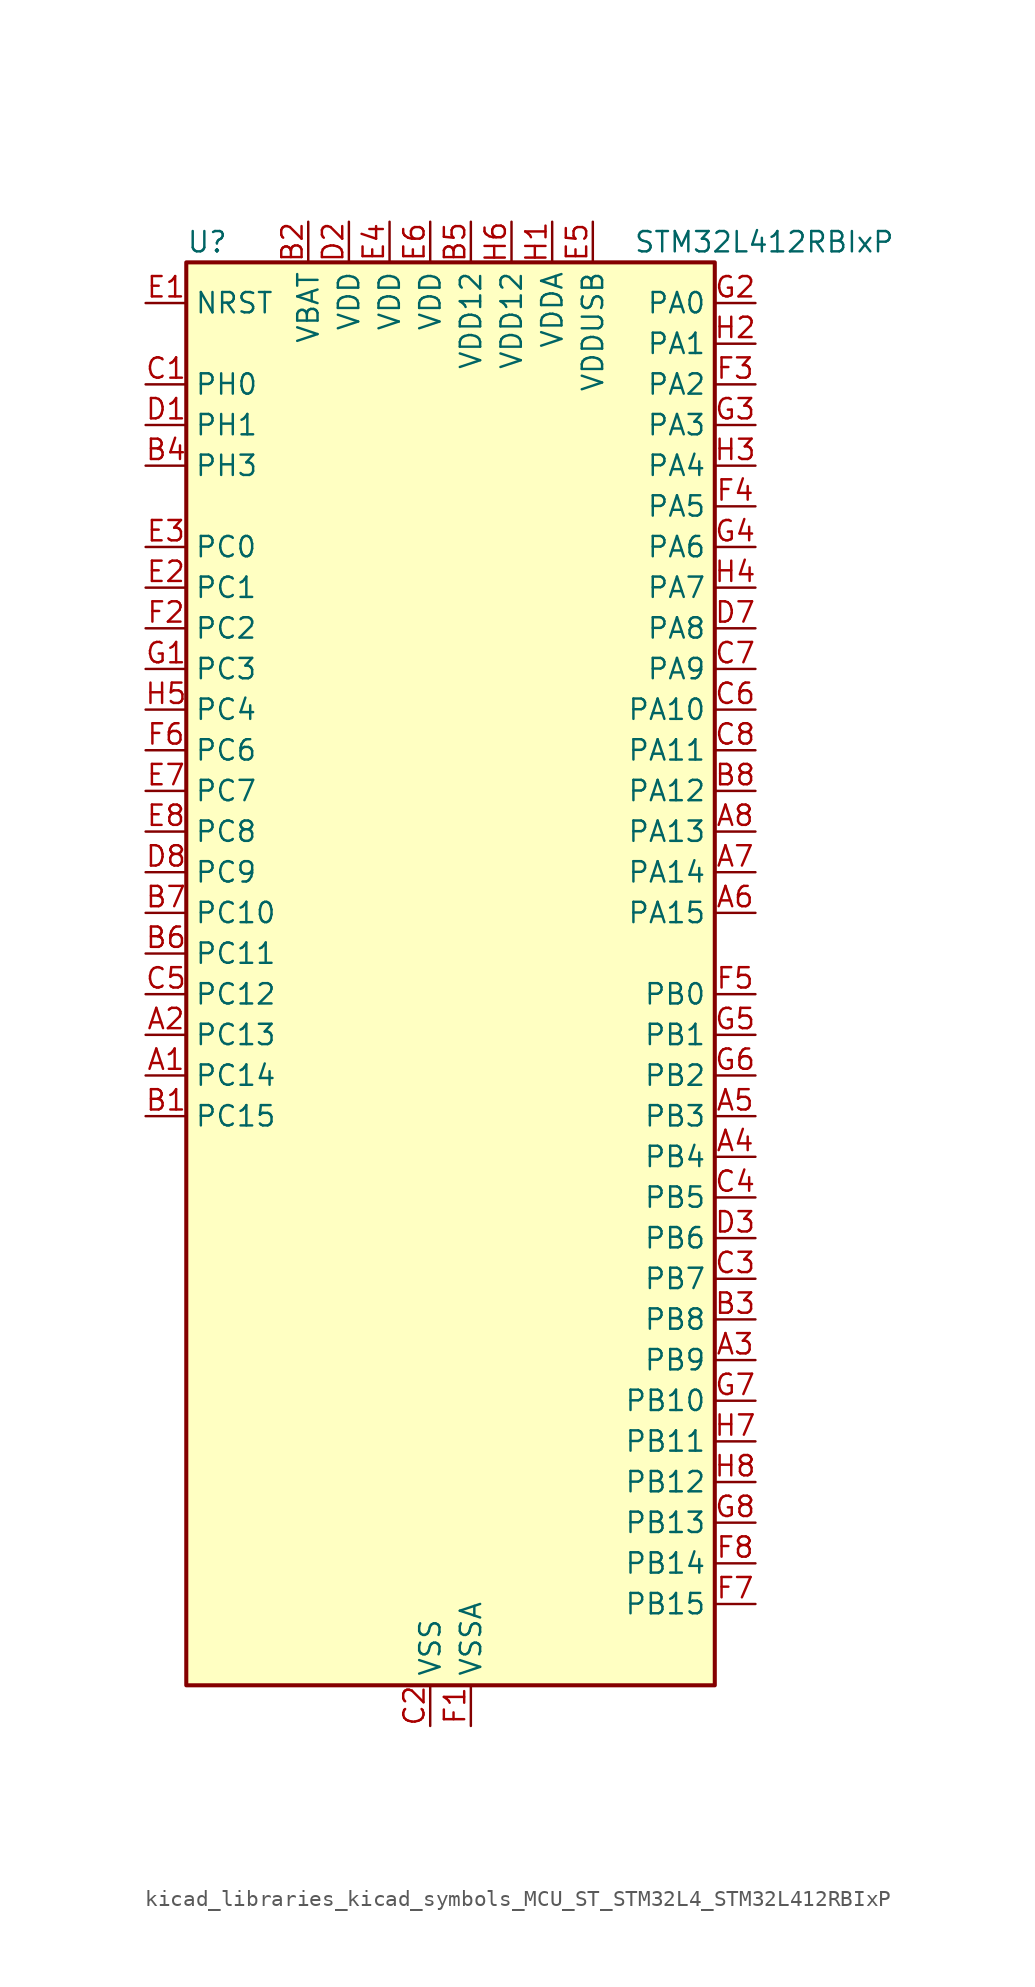
<source format=kicad_sym>
(kicad_symbol_lib
  (version 20220914)
  (generator kicad_symbol_editor)
  (symbol "kicad_libraries_kicad_symbols_MCU_ST_STM32L4_STM32L412RBIxP"
    (property "Reference" "U"
      (at -15.24 46.99 0)
      (effects (font (size 1.27 1.27)) (justify left)))
    (property "Value" "STM32L412RBIxP"
      (at 12.7 46.99 0)
      (effects (font (size 1.27 1.27)) (justify left)))
    (property "ki_locked" ""
      (at 0 0 0)
      (effects (font (size 1.27 1.27))))
    (symbol "kicad_libraries_kicad_symbols_MCU_ST_STM32L4_STM32L412RBIxP_0_1"
      (rectangle (start -15.24 -43.18) (end 17.78 45.72) (stroke (width 0.254) (type default)) (fill (type background))))
    (symbol "kicad_libraries_kicad_symbols_MCU_ST_STM32L4_STM32L412RBIxP_1_1"
      (pin bidirectional line (at -17.78 -5.08 0) (length 2.54) (name "PC14" (effects (font (size 1.27 1.27)))) (number "A1" (effects (font (size 1.27 1.27)))) (alternate "RCC_OSC32_IN" bidirectional line))
      (pin bidirectional line (at -17.78 -2.54 0) (length 2.54) (name "PC13" (effects (font (size 1.27 1.27)))) (number "A2" (effects (font (size 1.27 1.27)))) (alternate "RTC_OUT_ALARM" bidirectional line) (alternate "RTC_OUT_CALIB" bidirectional line) (alternate "RTC_TAMP1" bidirectional line) (alternate "RTC_TS" bidirectional line) (alternate "SYS_WKUP2" bidirectional line))
      (pin bidirectional line (at 20.32 -22.86 180) (length 2.54) (name "PB9" (effects (font (size 1.27 1.27)))) (number "A3" (effects (font (size 1.27 1.27)))) (alternate "I2C1_SDA" bidirectional line) (alternate "IR_OUT" bidirectional line) (alternate "SPI2_NSS" bidirectional line))
      (pin bidirectional line (at 20.32 -10.16 180) (length 2.54) (name "PB4" (effects (font (size 1.27 1.27)))) (number "A4" (effects (font (size 1.27 1.27)))) (alternate "I2C3_SDA" bidirectional line) (alternate "SPI1_MISO" bidirectional line) (alternate "SYS_JTRST" bidirectional line) (alternate "TSC_G2_IO1" bidirectional line) (alternate "USART1_CTS" bidirectional line))
      (pin bidirectional line (at 20.32 -7.62 180) (length 2.54) (name "PB3" (effects (font (size 1.27 1.27)))) (number "A5" (effects (font (size 1.27 1.27)))) (alternate "SPI1_SCK" bidirectional line) (alternate "SYS_JTDO-SWO" bidirectional line) (alternate "TIM2_CH2" bidirectional line) (alternate "USART1_DE" bidirectional line) (alternate "USART1_RTS" bidirectional line))
      (pin bidirectional line (at 20.32 5.08 180) (length 2.54) (name "PA15" (effects (font (size 1.27 1.27)))) (number "A6" (effects (font (size 1.27 1.27)))) (alternate "ADC1_EXTI15" bidirectional line) (alternate "ADC2_EXTI15" bidirectional line) (alternate "SPI1_NSS" bidirectional line) (alternate "SYS_JTDI" bidirectional line) (alternate "TIM2_CH1" bidirectional line) (alternate "TIM2_ETR" bidirectional line) (alternate "TSC_G3_IO1" bidirectional line) (alternate "USART2_RX" bidirectional line) (alternate "USART3_DE" bidirectional line) (alternate "USART3_RTS" bidirectional line))
      (pin bidirectional line (at 20.32 7.62 180) (length 2.54) (name "PA14" (effects (font (size 1.27 1.27)))) (number "A7" (effects (font (size 1.27 1.27)))) (alternate "I2C1_SMBA" bidirectional line) (alternate "LPTIM1_OUT" bidirectional line) (alternate "SYS_JTCK-SWCLK" bidirectional line))
      (pin bidirectional line (at 20.32 10.16 180) (length 2.54) (name "PA13" (effects (font (size 1.27 1.27)))) (number "A8" (effects (font (size 1.27 1.27)))) (alternate "IR_OUT" bidirectional line) (alternate "SYS_JTMS-SWDIO" bidirectional line) (alternate "USB_NOE" bidirectional line))
      (pin bidirectional line (at -17.78 -7.62 0) (length 2.54) (name "PC15" (effects (font (size 1.27 1.27)))) (number "B1" (effects (font (size 1.27 1.27)))) (alternate "ADC1_EXTI15" bidirectional line) (alternate "ADC2_EXTI15" bidirectional line) (alternate "RCC_OSC32_OUT" bidirectional line))
      (pin power_in line (at -7.62 48.26 270) (length 2.54) (name "VBAT" (effects (font (size 1.27 1.27)))) (number "B2" (effects (font (size 1.27 1.27)))))
      (pin bidirectional line (at 20.32 -20.32 180) (length 2.54) (name "PB8" (effects (font (size 1.27 1.27)))) (number "B3" (effects (font (size 1.27 1.27)))) (alternate "I2C1_SCL" bidirectional line) (alternate "TIM16_CH1" bidirectional line))
      (pin bidirectional line (at -17.78 33.02 0) (length 2.54) (name "PH3" (effects (font (size 1.27 1.27)))) (number "B4" (effects (font (size 1.27 1.27)))))
      (pin power_in line (at 2.54 48.26 270) (length 2.54) (name "VDD12" (effects (font (size 1.27 1.27)))) (number "B5" (effects (font (size 1.27 1.27)))))
      (pin bidirectional line (at -17.78 2.54 0) (length 2.54) (name "PC11" (effects (font (size 1.27 1.27)))) (number "B6" (effects (font (size 1.27 1.27)))) (alternate "ADC1_EXTI11" bidirectional line) (alternate "ADC2_EXTI11" bidirectional line) (alternate "TSC_G3_IO3" bidirectional line) (alternate "USART3_RX" bidirectional line))
      (pin bidirectional line (at -17.78 5.08 0) (length 2.54) (name "PC10" (effects (font (size 1.27 1.27)))) (number "B7" (effects (font (size 1.27 1.27)))) (alternate "SYS_TRACED1" bidirectional line) (alternate "TSC_G3_IO2" bidirectional line) (alternate "USART3_TX" bidirectional line))
      (pin bidirectional line (at 20.32 12.7 180) (length 2.54) (name "PA12" (effects (font (size 1.27 1.27)))) (number "B8" (effects (font (size 1.27 1.27)))) (alternate "SPI1_MOSI" bidirectional line) (alternate "TIM1_ETR" bidirectional line) (alternate "USART1_DE" bidirectional line) (alternate "USART1_RTS" bidirectional line) (alternate "USB_DP" bidirectional line))
      (pin bidirectional line (at -17.78 38.1 0) (length 2.54) (name "PH0" (effects (font (size 1.27 1.27)))) (number "C1" (effects (font (size 1.27 1.27)))) (alternate "RCC_OSC_IN" bidirectional line))
      (pin power_in line (at 0 -45.72 90) (length 2.54) (name "VSS" (effects (font (size 1.27 1.27)))) (number "C2" (effects (font (size 1.27 1.27)))))
      (pin bidirectional line (at 20.32 -17.78 180) (length 2.54) (name "PB7" (effects (font (size 1.27 1.27)))) (number "C3" (effects (font (size 1.27 1.27)))) (alternate "I2C1_SDA" bidirectional line) (alternate "LPTIM1_IN2" bidirectional line) (alternate "SYS_PVD_IN" bidirectional line) (alternate "SYS_TRACECLK" bidirectional line) (alternate "TSC_G2_IO4" bidirectional line) (alternate "USART1_RX" bidirectional line))
      (pin bidirectional line (at 20.32 -12.7 180) (length 2.54) (name "PB5" (effects (font (size 1.27 1.27)))) (number "C4" (effects (font (size 1.27 1.27)))) (alternate "I2C1_SMBA" bidirectional line) (alternate "LPTIM1_IN1" bidirectional line) (alternate "SPI1_MOSI" bidirectional line) (alternate "SYS_TRACED2" bidirectional line) (alternate "TIM16_BKIN" bidirectional line) (alternate "TSC_G2_IO2" bidirectional line) (alternate "USART1_CK" bidirectional line))
      (pin bidirectional line (at -17.78 0 0) (length 2.54) (name "PC12" (effects (font (size 1.27 1.27)))) (number "C5" (effects (font (size 1.27 1.27)))) (alternate "SYS_TRACED3" bidirectional line) (alternate "TSC_G3_IO4" bidirectional line) (alternate "USART3_CK" bidirectional line))
      (pin bidirectional line (at 20.32 17.78 180) (length 2.54) (name "PA10" (effects (font (size 1.27 1.27)))) (number "C6" (effects (font (size 1.27 1.27)))) (alternate "CRS_SYNC" bidirectional line) (alternate "I2C1_SDA" bidirectional line) (alternate "TIM1_CH3" bidirectional line) (alternate "USART1_RX" bidirectional line))
      (pin bidirectional line (at 20.32 20.32 180) (length 2.54) (name "PA9" (effects (font (size 1.27 1.27)))) (number "C7" (effects (font (size 1.27 1.27)))) (alternate "I2C1_SCL" bidirectional line) (alternate "TIM15_BKIN" bidirectional line) (alternate "TIM1_CH2" bidirectional line) (alternate "USART1_TX" bidirectional line))
      (pin bidirectional line (at 20.32 15.24 180) (length 2.54) (name "PA11" (effects (font (size 1.27 1.27)))) (number "C8" (effects (font (size 1.27 1.27)))) (alternate "ADC1_EXTI11" bidirectional line) (alternate "ADC2_EXTI11" bidirectional line) (alternate "COMP1_OUT" bidirectional line) (alternate "SPI1_MISO" bidirectional line) (alternate "TIM1_BKIN2" bidirectional line) (alternate "TIM1_BKIN2_COMP1" bidirectional line) (alternate "TIM1_CH4" bidirectional line) (alternate "USART1_CTS" bidirectional line) (alternate "USB_DM" bidirectional line))
      (pin bidirectional line (at -17.78 35.56 0) (length 2.54) (name "PH1" (effects (font (size 1.27 1.27)))) (number "D1" (effects (font (size 1.27 1.27)))) (alternate "RCC_OSC_OUT" bidirectional line))
      (pin power_in line (at -5.08 48.26 270) (length 2.54) (name "VDD" (effects (font (size 1.27 1.27)))) (number "D2" (effects (font (size 1.27 1.27)))))
      (pin bidirectional line (at 20.32 -15.24 180) (length 2.54) (name "PB6" (effects (font (size 1.27 1.27)))) (number "D3" (effects (font (size 1.27 1.27)))) (alternate "I2C1_SCL" bidirectional line) (alternate "LPTIM1_ETR" bidirectional line) (alternate "SYS_TRACED3" bidirectional line) (alternate "TIM16_CH1N" bidirectional line) (alternate "TSC_G2_IO3" bidirectional line) (alternate "USART1_TX" bidirectional line))
      (pin passive line (at 0 -45.72 90) (length 2.54) hide (name "VSS" (effects (font (size 1.27 1.27)))) (number "D4" (effects (font (size 1.27 1.27)))))
      (pin passive line (at 0 -45.72 90) (length 2.54) hide (name "VSS" (effects (font (size 1.27 1.27)))) (number "D5" (effects (font (size 1.27 1.27)))))
      (pin passive line (at 0 -45.72 90) (length 2.54) hide (name "VSS" (effects (font (size 1.27 1.27)))) (number "D6" (effects (font (size 1.27 1.27)))))
      (pin bidirectional line (at 20.32 22.86 180) (length 2.54) (name "PA8" (effects (font (size 1.27 1.27)))) (number "D7" (effects (font (size 1.27 1.27)))) (alternate "LPTIM2_OUT" bidirectional line) (alternate "RCC_MCO" bidirectional line) (alternate "TIM1_CH1" bidirectional line) (alternate "USART1_CK" bidirectional line))
      (pin bidirectional line (at -17.78 7.62 0) (length 2.54) (name "PC9" (effects (font (size 1.27 1.27)))) (number "D8" (effects (font (size 1.27 1.27)))) (alternate "TSC_G4_IO4" bidirectional line) (alternate "USB_NOE" bidirectional line))
      (pin input line (at -17.78 43.18 0) (length 2.54) (name "NRST" (effects (font (size 1.27 1.27)))) (number "E1" (effects (font (size 1.27 1.27)))))
      (pin bidirectional line (at -17.78 25.4 0) (length 2.54) (name "PC1" (effects (font (size 1.27 1.27)))) (number "E2" (effects (font (size 1.27 1.27)))) (alternate "ADC1_IN2" bidirectional line) (alternate "ADC2_IN2" bidirectional line) (alternate "I2C3_SDA" bidirectional line) (alternate "LPTIM1_OUT" bidirectional line) (alternate "LPUART1_TX" bidirectional line) (alternate "SYS_TRACED0" bidirectional line))
      (pin bidirectional line (at -17.78 27.94 0) (length 2.54) (name "PC0" (effects (font (size 1.27 1.27)))) (number "E3" (effects (font (size 1.27 1.27)))) (alternate "ADC1_IN1" bidirectional line) (alternate "ADC2_IN1" bidirectional line) (alternate "I2C3_SCL" bidirectional line) (alternate "LPTIM1_IN1" bidirectional line) (alternate "LPTIM2_IN1" bidirectional line) (alternate "LPUART1_RX" bidirectional line) (alternate "SYS_TRACECLK" bidirectional line))
      (pin power_in line (at -2.54 48.26 270) (length 2.54) (name "VDD" (effects (font (size 1.27 1.27)))) (number "E4" (effects (font (size 1.27 1.27)))))
      (pin power_in line (at 10.16 48.26 270) (length 2.54) (name "VDDUSB" (effects (font (size 1.27 1.27)))) (number "E5" (effects (font (size 1.27 1.27)))))
      (pin power_in line (at 0 48.26 270) (length 2.54) (name "VDD" (effects (font (size 1.27 1.27)))) (number "E6" (effects (font (size 1.27 1.27)))))
      (pin bidirectional line (at -17.78 12.7 0) (length 2.54) (name "PC7" (effects (font (size 1.27 1.27)))) (number "E7" (effects (font (size 1.27 1.27)))) (alternate "TSC_G4_IO2" bidirectional line))
      (pin bidirectional line (at -17.78 10.16 0) (length 2.54) (name "PC8" (effects (font (size 1.27 1.27)))) (number "E8" (effects (font (size 1.27 1.27)))) (alternate "TSC_G4_IO3" bidirectional line))
      (pin power_in line (at 2.54 -45.72 90) (length 2.54) (name "VSSA" (effects (font (size 1.27 1.27)))) (number "F1" (effects (font (size 1.27 1.27)))))
      (pin bidirectional line (at -17.78 22.86 0) (length 2.54) (name "PC2" (effects (font (size 1.27 1.27)))) (number "F2" (effects (font (size 1.27 1.27)))) (alternate "ADC1_IN3" bidirectional line) (alternate "ADC2_IN3" bidirectional line) (alternate "LPTIM1_IN2" bidirectional line) (alternate "SPI2_MISO" bidirectional line))
      (pin bidirectional line (at 20.32 38.1 180) (length 2.54) (name "PA2" (effects (font (size 1.27 1.27)))) (number "F3" (effects (font (size 1.27 1.27)))) (alternate "ADC1_IN7" bidirectional line) (alternate "ADC2_IN7" bidirectional line) (alternate "LPUART1_TX" bidirectional line) (alternate "QUADSPI_BK1_NCS" bidirectional line) (alternate "RCC_LSCO" bidirectional line) (alternate "SYS_WKUP4" bidirectional line) (alternate "TIM15_CH1" bidirectional line) (alternate "TIM2_CH3" bidirectional line) (alternate "USART2_TX" bidirectional line))
      (pin bidirectional line (at 20.32 30.48 180) (length 2.54) (name "PA5" (effects (font (size 1.27 1.27)))) (number "F4" (effects (font (size 1.27 1.27)))) (alternate "ADC1_IN10" bidirectional line) (alternate "ADC2_IN10" bidirectional line) (alternate "COMP1_INM" bidirectional line) (alternate "LPTIM2_ETR" bidirectional line) (alternate "SPI1_SCK" bidirectional line) (alternate "TIM2_CH1" bidirectional line) (alternate "TIM2_ETR" bidirectional line))
      (pin bidirectional line (at 20.32 0 180) (length 2.54) (name "PB0" (effects (font (size 1.27 1.27)))) (number "F5" (effects (font (size 1.27 1.27)))) (alternate "ADC1_IN15" bidirectional line) (alternate "ADC2_IN15" bidirectional line) (alternate "COMP1_OUT" bidirectional line) (alternate "QUADSPI_BK1_IO1" bidirectional line) (alternate "SPI1_NSS" bidirectional line) (alternate "SYS_TRACED0" bidirectional line) (alternate "TIM1_CH2N" bidirectional line) (alternate "USART3_CK" bidirectional line))
      (pin bidirectional line (at -17.78 15.24 0) (length 2.54) (name "PC6" (effects (font (size 1.27 1.27)))) (number "F6" (effects (font (size 1.27 1.27)))) (alternate "TSC_G4_IO1" bidirectional line))
      (pin bidirectional line (at 20.32 -38.1 180) (length 2.54) (name "PB15" (effects (font (size 1.27 1.27)))) (number "F7" (effects (font (size 1.27 1.27)))) (alternate "ADC1_EXTI15" bidirectional line) (alternate "ADC2_EXTI15" bidirectional line) (alternate "RTC_REFIN" bidirectional line) (alternate "SPI2_MOSI" bidirectional line) (alternate "TIM15_CH2" bidirectional line) (alternate "TIM1_CH3N" bidirectional line) (alternate "TSC_G1_IO4" bidirectional line))
      (pin bidirectional line (at 20.32 -35.56 180) (length 2.54) (name "PB14" (effects (font (size 1.27 1.27)))) (number "F8" (effects (font (size 1.27 1.27)))) (alternate "I2C2_SDA" bidirectional line) (alternate "SPI2_MISO" bidirectional line) (alternate "TIM15_CH1" bidirectional line) (alternate "TIM1_CH2N" bidirectional line) (alternate "TSC_G1_IO3" bidirectional line) (alternate "USART3_DE" bidirectional line) (alternate "USART3_RTS" bidirectional line))
      (pin bidirectional line (at -17.78 20.32 0) (length 2.54) (name "PC3" (effects (font (size 1.27 1.27)))) (number "G1" (effects (font (size 1.27 1.27)))) (alternate "ADC1_IN4" bidirectional line) (alternate "ADC2_IN4" bidirectional line) (alternate "LPTIM1_ETR" bidirectional line) (alternate "LPTIM2_ETR" bidirectional line) (alternate "SPI2_MOSI" bidirectional line))
      (pin bidirectional line (at 20.32 43.18 180) (length 2.54) (name "PA0" (effects (font (size 1.27 1.27)))) (number "G2" (effects (font (size 1.27 1.27)))) (alternate "ADC1_IN5" bidirectional line) (alternate "COMP1_INM" bidirectional line) (alternate "COMP1_OUT" bidirectional line) (alternate "OPAMP1_VINP" bidirectional line) (alternate "RTC_TAMP2" bidirectional line) (alternate "SYS_WKUP1" bidirectional line) (alternate "TIM2_CH1" bidirectional line) (alternate "TIM2_ETR" bidirectional line) (alternate "USART2_CTS" bidirectional line))
      (pin bidirectional line (at 20.32 35.56 180) (length 2.54) (name "PA3" (effects (font (size 1.27 1.27)))) (number "G3" (effects (font (size 1.27 1.27)))) (alternate "ADC1_IN8" bidirectional line) (alternate "ADC2_IN8" bidirectional line) (alternate "LPUART1_RX" bidirectional line) (alternate "OPAMP1_VOUT" bidirectional line) (alternate "QUADSPI_CLK" bidirectional line) (alternate "TIM15_CH2" bidirectional line) (alternate "TIM2_CH4" bidirectional line) (alternate "USART2_RX" bidirectional line))
      (pin bidirectional line (at 20.32 27.94 180) (length 2.54) (name "PA6" (effects (font (size 1.27 1.27)))) (number "G4" (effects (font (size 1.27 1.27)))) (alternate "ADC1_IN11" bidirectional line) (alternate "ADC2_IN11" bidirectional line) (alternate "COMP1_OUT" bidirectional line) (alternate "LPUART1_CTS" bidirectional line) (alternate "QUADSPI_BK1_IO3" bidirectional line) (alternate "SPI1_MISO" bidirectional line) (alternate "TIM16_CH1" bidirectional line) (alternate "TIM1_BKIN" bidirectional line) (alternate "USART3_CTS" bidirectional line))
      (pin bidirectional line (at 20.32 -2.54 180) (length 2.54) (name "PB1" (effects (font (size 1.27 1.27)))) (number "G5" (effects (font (size 1.27 1.27)))) (alternate "ADC1_IN16" bidirectional line) (alternate "ADC2_IN16" bidirectional line) (alternate "COMP1_INM" bidirectional line) (alternate "LPTIM2_IN1" bidirectional line) (alternate "LPUART1_DE" bidirectional line) (alternate "LPUART1_RTS" bidirectional line) (alternate "QUADSPI_BK1_IO0" bidirectional line) (alternate "SYS_TRACED1" bidirectional line) (alternate "TIM1_CH3N" bidirectional line) (alternate "USART3_DE" bidirectional line) (alternate "USART3_RTS" bidirectional line))
      (pin bidirectional line (at 20.32 -5.08 180) (length 2.54) (name "PB2" (effects (font (size 1.27 1.27)))) (number "G6" (effects (font (size 1.27 1.27)))) (alternate "COMP1_INP" bidirectional line) (alternate "I2C3_SMBA" bidirectional line) (alternate "LPTIM1_OUT" bidirectional line) (alternate "RTC_OUT_ALARM" bidirectional line) (alternate "RTC_OUT_CALIB" bidirectional line))
      (pin bidirectional line (at 20.32 -25.4 180) (length 2.54) (name "PB10" (effects (font (size 1.27 1.27)))) (number "G7" (effects (font (size 1.27 1.27)))) (alternate "COMP1_OUT" bidirectional line) (alternate "I2C2_SCL" bidirectional line) (alternate "LPUART1_RX" bidirectional line) (alternate "QUADSPI_CLK" bidirectional line) (alternate "SPI2_SCK" bidirectional line) (alternate "TIM2_CH3" bidirectional line) (alternate "TSC_SYNC" bidirectional line) (alternate "USART3_TX" bidirectional line))
      (pin bidirectional line (at 20.32 -33.02 180) (length 2.54) (name "PB13" (effects (font (size 1.27 1.27)))) (number "G8" (effects (font (size 1.27 1.27)))) (alternate "I2C2_SCL" bidirectional line) (alternate "LPUART1_CTS" bidirectional line) (alternate "SPI2_SCK" bidirectional line) (alternate "TIM15_CH1N" bidirectional line) (alternate "TIM1_CH1N" bidirectional line) (alternate "TSC_G1_IO2" bidirectional line) (alternate "USART3_CTS" bidirectional line))
      (pin power_in line (at 7.62 48.26 270) (length 2.54) (name "VDDA" (effects (font (size 1.27 1.27)))) (number "H1" (effects (font (size 1.27 1.27)))))
      (pin bidirectional line (at 20.32 40.64 180) (length 2.54) (name "PA1" (effects (font (size 1.27 1.27)))) (number "H2" (effects (font (size 1.27 1.27)))) (alternate "ADC1_IN6" bidirectional line) (alternate "COMP1_INP" bidirectional line) (alternate "I2C1_SMBA" bidirectional line) (alternate "OPAMP1_VINM" bidirectional line) (alternate "SPI1_SCK" bidirectional line) (alternate "TIM15_CH1N" bidirectional line) (alternate "TIM2_CH2" bidirectional line) (alternate "USART2_DE" bidirectional line) (alternate "USART2_RTS" bidirectional line))
      (pin bidirectional line (at 20.32 33.02 180) (length 2.54) (name "PA4" (effects (font (size 1.27 1.27)))) (number "H3" (effects (font (size 1.27 1.27)))) (alternate "ADC1_IN9" bidirectional line) (alternate "ADC2_IN9" bidirectional line) (alternate "COMP1_INM" bidirectional line) (alternate "LPTIM2_OUT" bidirectional line) (alternate "SPI1_NSS" bidirectional line) (alternate "USART2_CK" bidirectional line))
      (pin bidirectional line (at 20.32 25.4 180) (length 2.54) (name "PA7" (effects (font (size 1.27 1.27)))) (number "H4" (effects (font (size 1.27 1.27)))) (alternate "ADC1_IN12" bidirectional line) (alternate "ADC2_IN12" bidirectional line) (alternate "I2C3_SCL" bidirectional line) (alternate "QUADSPI_BK1_IO2" bidirectional line) (alternate "SPI1_MOSI" bidirectional line) (alternate "TIM1_CH1N" bidirectional line))
      (pin bidirectional line (at -17.78 17.78 0) (length 2.54) (name "PC4" (effects (font (size 1.27 1.27)))) (number "H5" (effects (font (size 1.27 1.27)))) (alternate "ADC1_IN13" bidirectional line) (alternate "ADC2_IN13" bidirectional line) (alternate "COMP1_INM" bidirectional line) (alternate "USART3_TX" bidirectional line))
      (pin power_in line (at 5.08 48.26 270) (length 2.54) (name "VDD12" (effects (font (size 1.27 1.27)))) (number "H6" (effects (font (size 1.27 1.27)))))
      (pin bidirectional line (at 20.32 -27.94 180) (length 2.54) (name "PB11" (effects (font (size 1.27 1.27)))) (number "H7" (effects (font (size 1.27 1.27)))) (alternate "ADC1_EXTI11" bidirectional line) (alternate "ADC2_EXTI11" bidirectional line) (alternate "I2C2_SDA" bidirectional line) (alternate "LPUART1_TX" bidirectional line) (alternate "QUADSPI_BK1_NCS" bidirectional line) (alternate "TIM2_CH4" bidirectional line) (alternate "USART3_RX" bidirectional line))
      (pin bidirectional line (at 20.32 -30.48 180) (length 2.54) (name "PB12" (effects (font (size 1.27 1.27)))) (number "H8" (effects (font (size 1.27 1.27)))) (alternate "I2C2_SMBA" bidirectional line) (alternate "LPUART1_DE" bidirectional line) (alternate "LPUART1_RTS" bidirectional line) (alternate "SPI2_NSS" bidirectional line) (alternate "TIM15_BKIN" bidirectional line) (alternate "TIM1_BKIN" bidirectional line) (alternate "TSC_G1_IO1" bidirectional line) (alternate "USART3_CK" bidirectional line)))))
</source>
